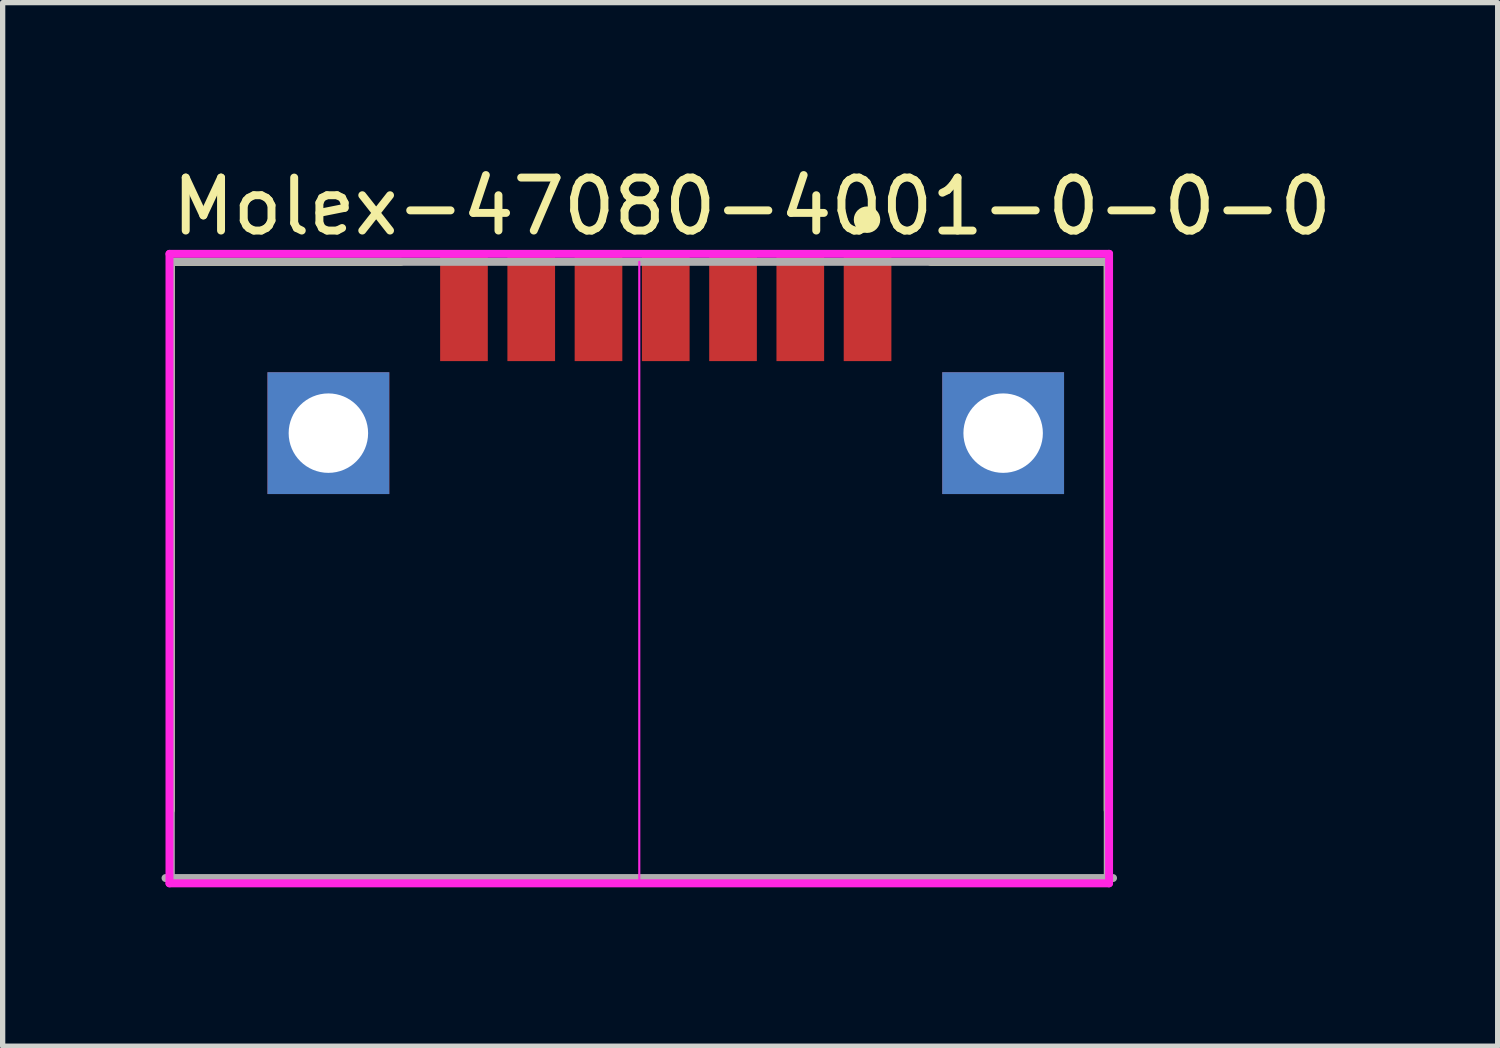
<source format=kicad_pcb>
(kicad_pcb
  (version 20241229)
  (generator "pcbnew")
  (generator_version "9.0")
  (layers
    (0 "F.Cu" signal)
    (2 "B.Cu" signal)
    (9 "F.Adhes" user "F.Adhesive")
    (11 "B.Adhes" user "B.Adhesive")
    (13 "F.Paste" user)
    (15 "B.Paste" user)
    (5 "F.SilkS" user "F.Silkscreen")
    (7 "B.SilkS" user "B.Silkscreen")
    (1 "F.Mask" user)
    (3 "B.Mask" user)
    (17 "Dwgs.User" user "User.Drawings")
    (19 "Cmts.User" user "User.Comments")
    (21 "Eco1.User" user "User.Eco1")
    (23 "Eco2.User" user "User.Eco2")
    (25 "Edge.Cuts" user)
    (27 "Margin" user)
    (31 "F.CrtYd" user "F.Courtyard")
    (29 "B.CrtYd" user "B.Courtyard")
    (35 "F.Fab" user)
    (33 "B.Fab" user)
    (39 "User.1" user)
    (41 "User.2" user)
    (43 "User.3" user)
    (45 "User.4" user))
  (footprint "Molex-47080-4001-0-0-0"
    (layer "F.Cu")
    (at 9.02 7.748)
    (property "Reference" "Molex-47080-4001-0-0-0" (at -8.9 -6.9 0) (layer "F.SilkS") (effects (font (size 1 1) (thickness 0.15)) (justify left)))
    (attr through_hole)
    (fp_line (start -8.845 -5.855) (end -8.845 4.5) (stroke (width 0.15) (type solid)) (layer "F.SilkS"))
    (fp_line (start -8.845 -5.855) (end -4.5 -5.855) (stroke (width 0.15) (type solid)) (layer "F.SilkS"))
    (fp_line (start 8.845 -5.855) (end 5.5 -5.855) (stroke (width 0.15) (type solid)) (layer "F.SilkS"))
    (fp_line (start 8.845 -5.855) (end 8.845 4.5) (stroke (width 0.15) (type solid)) (layer "F.SilkS"))
    (fp_circle (center 4.3 -6.65) (end 4.425 -6.65) (stroke (width 0.25) (type solid)) (fill no) (layer "F.SilkS"))
    (fp_line (start -8.87 -6.005) (end -8.87 5.88) (stroke (width 0.15) (type solid)) (layer "F.CrtYd"))
    (fp_line (start -8.87 5.88) (end 8.87 5.88) (stroke (width 0.15) (type solid)) (layer "F.CrtYd"))
    (fp_line (start 0 -5.855) (end 0 5.855) (stroke (width 0.04) (type solid)) (layer "F.CrtYd"))
    (fp_line (start 8.87 -6.005) (end -8.87 -6.005) (stroke (width 0.15) (type solid)) (layer "F.CrtYd"))
    (fp_line (start 8.87 -6.005) (end 8.87 -6.005) (stroke (width 0.15) (type solid)) (layer "F.CrtYd"))
    (fp_line (start 8.87 5.88) (end 8.87 -6.005) (stroke (width 0.15) (type solid)) (layer "F.CrtYd"))
    (fp_line (start -8.845 -5.855) (end 8.845 -5.855) (stroke (width 0.15) (type solid)) (layer "F.Fab"))
    (fp_line (start -8.845 5.855) (end -8.845 -5.855) (stroke (width 0.15) (type solid)) (layer "F.Fab"))
    (fp_line (start 8.845 -5.855) (end 8.845 5.855) (stroke (width 0.15) (type solid)) (layer "F.Fab"))
    (fp_line (start 8.845 5.855) (end -8.845 5.855) (stroke (width 0.15) (type solid)) (layer "F.Fab"))
    (fp_line (start 8.945 5.78) (end -8.945 5.78) (stroke (width 0.15) (type solid)) (layer "F.Fab"))
    (pad "1" smd rect (at 4.31 -4.98) (size 0.9 2) (layers "F.Cu" "F.Mask" "F.Paste"))
    (pad "2" smd rect (at 3.04 -4.98) (size 0.9 2) (layers "F.Cu" "F.Mask" "F.Paste"))
    (pad "3" smd rect (at 1.77 -4.98) (size 0.9 2) (layers "F.Cu" "F.Mask" "F.Paste"))
    (pad "4" smd rect (at 0.5 -4.98) (size 0.9 2) (layers "F.Cu" "F.Mask" "F.Paste"))
    (pad "5" smd rect (at -0.77 -4.98) (size 0.9 2) (layers "F.Cu" "F.Mask" "F.Paste"))
    (pad "6" smd rect (at -2.04 -4.98) (size 0.9 2) (layers "F.Cu" "F.Mask" "F.Paste"))
    (pad "7" smd rect (at -3.31 -4.98) (size 0.9 2) (layers "F.Cu" "F.Mask" "F.Paste"))
    (pad "8" thru_hole rect (at -5.87 -2.62) (size 2.3 2.3) (drill 1.5) (layers "*.Cu"))
    (pad "9" thru_hole rect (at 6.87 -2.62) (size 2.3 2.3) (drill 1.5) (layers "*.Cu")))
  (gr_rect
    (start -3 -3)
    (end 25.227 16.703)
    (stroke (width 0.1) (type default))
    (fill no)
    (layer "Edge.Cuts")))
</source>
